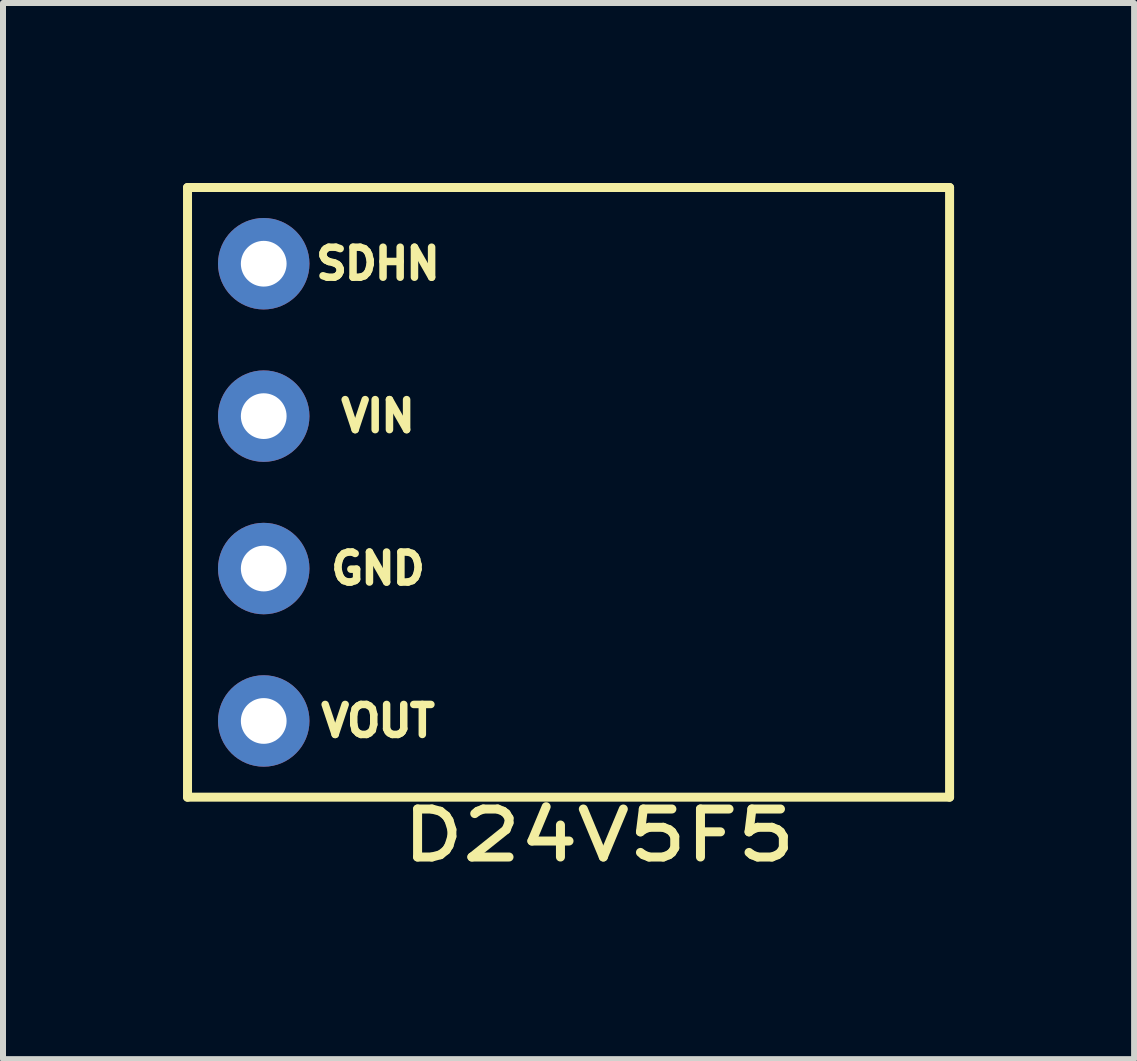
<source format=kicad_pcb>
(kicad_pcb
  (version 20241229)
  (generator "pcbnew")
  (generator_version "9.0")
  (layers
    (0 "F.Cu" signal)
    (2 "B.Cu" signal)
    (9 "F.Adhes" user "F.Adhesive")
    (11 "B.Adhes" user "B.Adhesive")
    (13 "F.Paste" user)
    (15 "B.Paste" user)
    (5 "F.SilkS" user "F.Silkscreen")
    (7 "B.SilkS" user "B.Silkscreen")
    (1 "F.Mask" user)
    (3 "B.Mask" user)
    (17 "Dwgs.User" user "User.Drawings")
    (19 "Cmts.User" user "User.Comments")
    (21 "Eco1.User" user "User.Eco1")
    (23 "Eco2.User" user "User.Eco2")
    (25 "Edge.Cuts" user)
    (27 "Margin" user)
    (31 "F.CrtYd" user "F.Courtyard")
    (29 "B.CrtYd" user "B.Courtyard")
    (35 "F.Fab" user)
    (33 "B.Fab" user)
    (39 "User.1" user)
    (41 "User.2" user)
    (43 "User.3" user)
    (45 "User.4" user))
  (footprint "D24V5F5"
    (layer "F.Cu")
    (at 6.425 5.79)
    (property "Reference" "D24V5F5" (at 0.508 5.08 0) (layer "F.SilkS") (effects (font (size 0.8 1) (thickness 0.15))))
    (attr through_hole)
    (fp_line (start -6.35 -5.715) (end 6.35 -5.715) (stroke (width 0.15) (type solid)) (layer "F.SilkS"))
    (fp_line (start -6.35 4.445) (end -6.35 -5.715) (stroke (width 0.15) (type solid)) (layer "F.SilkS"))
    (fp_line (start 6.35 -5.715) (end 6.35 4.445) (stroke (width 0.15) (type solid)) (layer "F.SilkS"))
    (fp_line (start 6.35 4.445) (end -6.35 4.445) (stroke (width 0.15) (type solid)) (layer "F.SilkS"))
    (fp_text user "GND" (at -3.175 0.635 0) (layer "F.SilkS") (effects (font (size 0.5 0.5) (thickness 0.125))))
    (fp_text user "VIN" (at -3.175 -1.905 0) (layer "F.SilkS") (effects (font (size 0.5 0.5) (thickness 0.125))))
    (fp_text user "SDHN" (at -3.175 -4.445 0) (layer "F.SilkS") (effects (font (size 0.5 0.5) (thickness 0.125))))
    (fp_text user "VOUT" (at -3.175 3.175 0) (layer "F.SilkS") (effects (font (size 0.5 0.5) (thickness 0.125))))
    (pad "1" thru_hole circle (at -5.08 -4.445 270) (size 1.524 1.524) (drill 0.762) (layers "*.Cu" "*.Mask"))
    (pad "2" thru_hole circle (at -5.08 -1.905 270) (size 1.524 1.524) (drill 0.762) (layers "*.Cu" "*.Mask"))
    (pad "3" thru_hole circle (at -5.08 0.635 270) (size 1.524 1.524) (drill 0.762) (layers "*.Cu" "*.Mask"))
    (pad "4" thru_hole circle (at -5.08 3.175 270) (size 1.524 1.524) (drill 0.762) (layers "*.Cu" "*.Mask")))
  (gr_rect
    (start -3 -3)
    (end 15.85 14.601)
    (stroke (width 0.1) (type default))
    (fill no)
    (layer "Edge.Cuts")))
</source>
